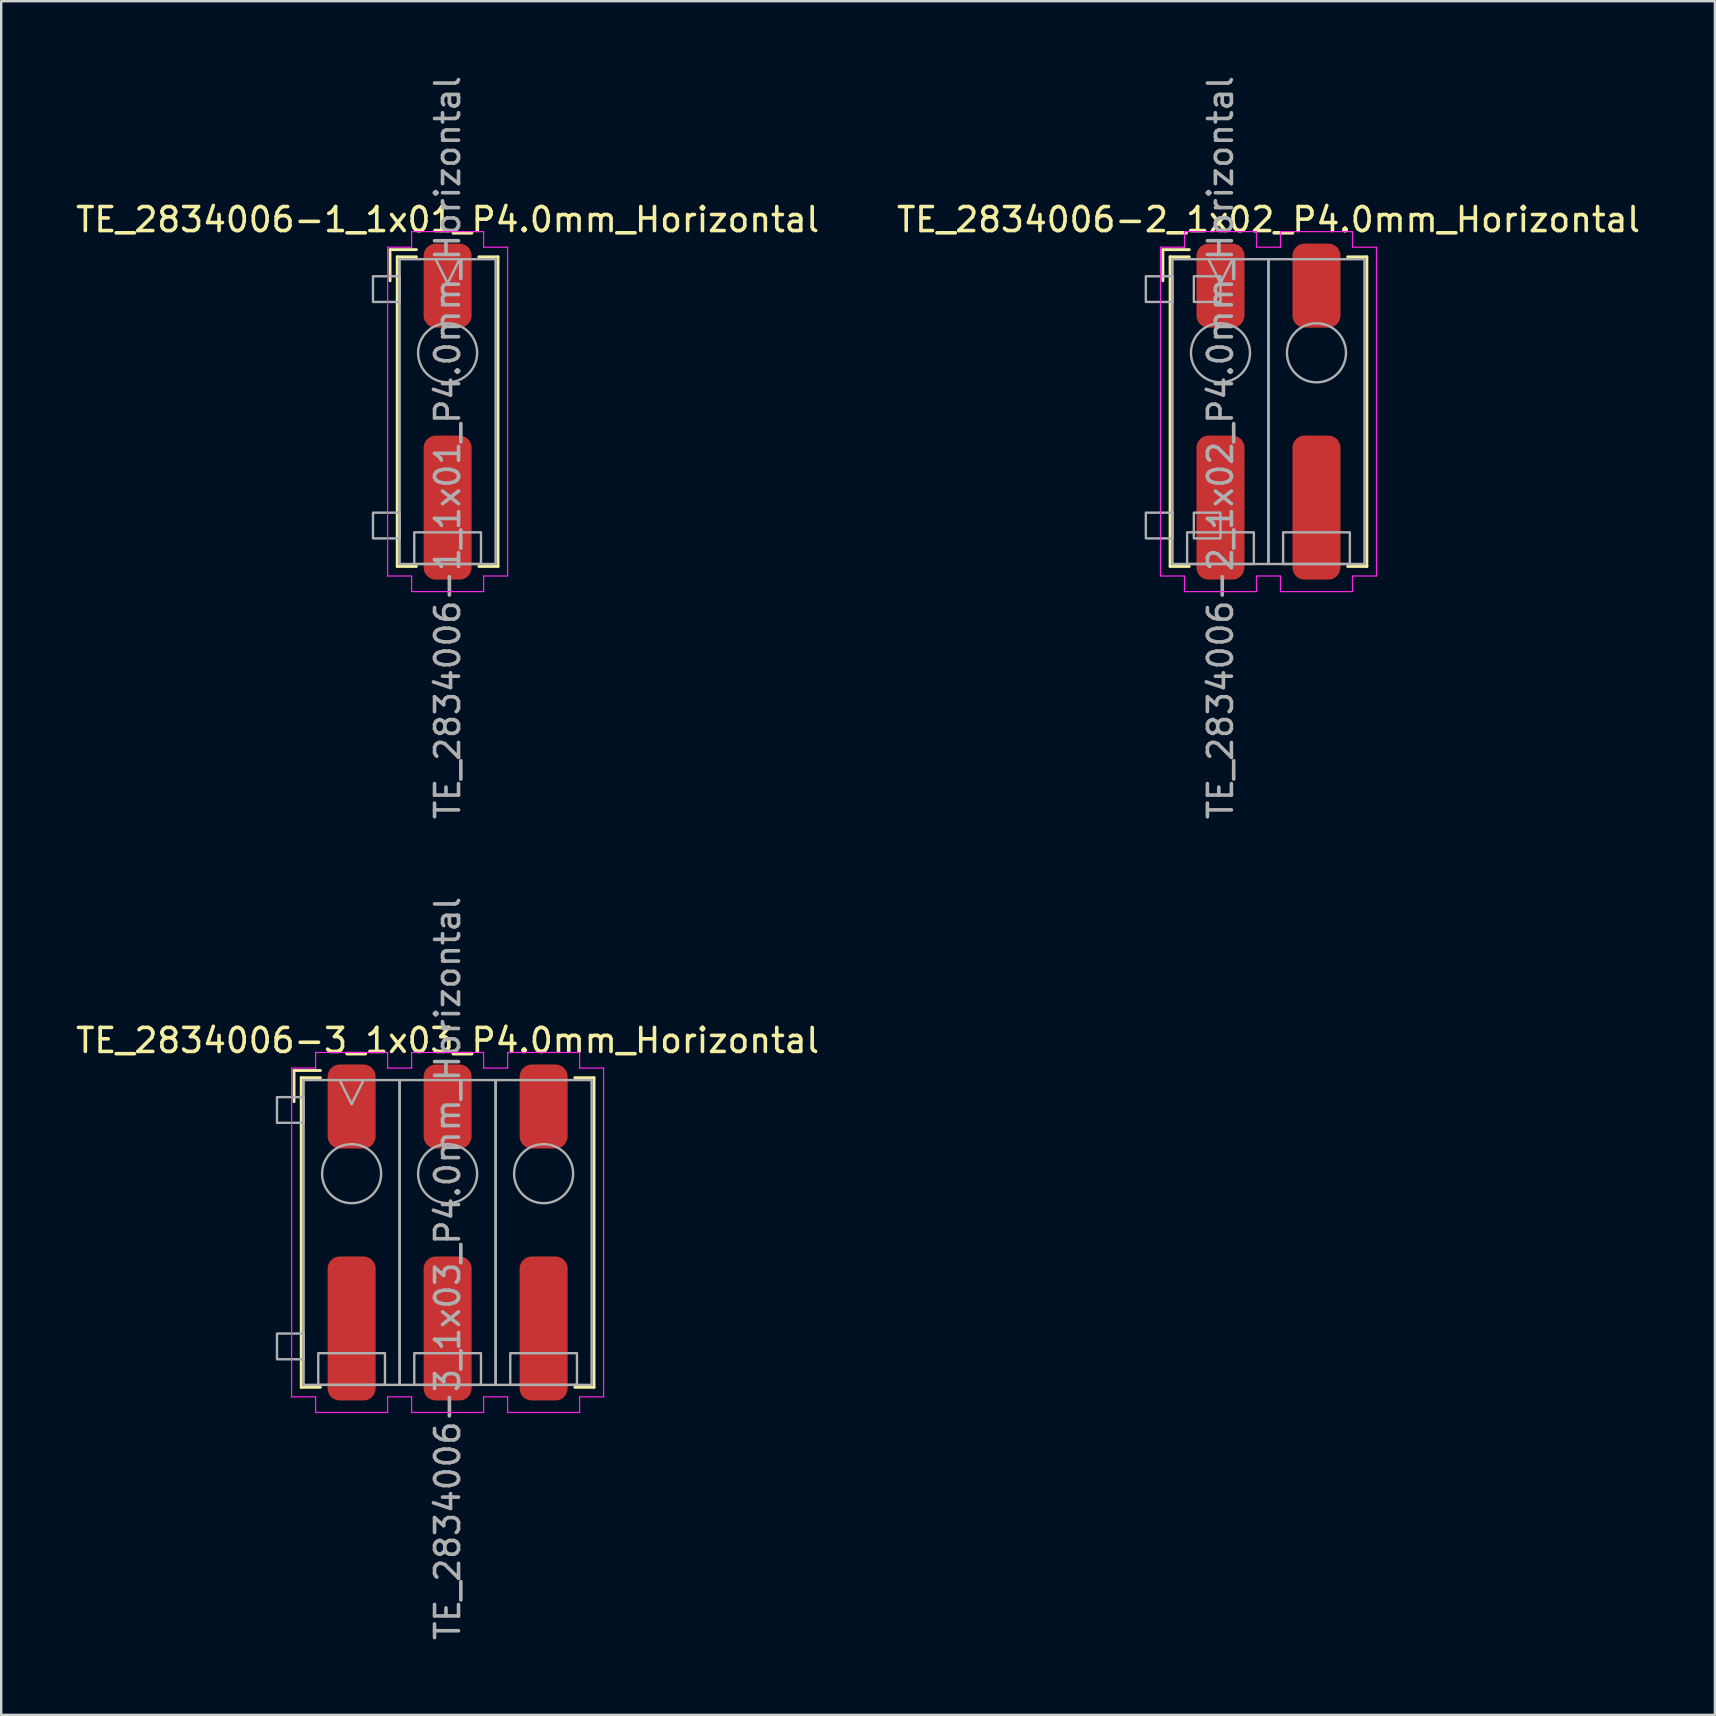
<source format=kicad_pcb>
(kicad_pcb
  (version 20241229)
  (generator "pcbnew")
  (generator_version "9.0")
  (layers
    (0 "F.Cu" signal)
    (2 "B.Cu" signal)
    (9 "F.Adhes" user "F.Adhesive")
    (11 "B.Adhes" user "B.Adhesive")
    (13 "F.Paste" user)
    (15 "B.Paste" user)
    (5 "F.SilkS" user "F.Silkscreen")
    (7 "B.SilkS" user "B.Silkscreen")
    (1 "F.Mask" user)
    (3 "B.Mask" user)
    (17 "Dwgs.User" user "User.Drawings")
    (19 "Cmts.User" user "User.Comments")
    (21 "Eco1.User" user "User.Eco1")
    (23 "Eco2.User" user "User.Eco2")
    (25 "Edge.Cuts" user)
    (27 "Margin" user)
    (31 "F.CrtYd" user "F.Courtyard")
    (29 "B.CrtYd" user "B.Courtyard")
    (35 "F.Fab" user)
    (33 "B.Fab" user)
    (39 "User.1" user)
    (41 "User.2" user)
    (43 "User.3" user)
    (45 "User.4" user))
  (footprint "TE_2834006-1_1x01_P4.0mm_Horizontal"
    (layer "F.Cu")
    (at 15.601 14.101)
    (property "Reference" "TE_2834006-1_1x01_P4.0mm_Horizontal" (at 0 -8 0) (unlocked yes) (layer "F.SilkS") (effects (font (size 1 1) (thickness 0.15))))
    (attr smd)
    (fp_line (start -2.4 -6.75) (end -2.4 -5.45) (stroke (width 0.12) (type solid)) (layer "F.SilkS"))
    (fp_line (start -2.1 -6.45) (end -1.3 -6.45) (stroke (width 0.12) (type solid)) (layer "F.SilkS"))
    (fp_line (start -2.1 6.45) (end -2.1 -6.45) (stroke (width 0.12) (type solid)) (layer "F.SilkS"))
    (fp_line (start -2.1 6.45) (end -1.3 6.45) (stroke (width 0.12) (type solid)) (layer "F.SilkS"))
    (fp_line (start -1.3 -6.75) (end -2.4 -6.75) (stroke (width 0.12) (type solid)) (layer "F.SilkS"))
    (fp_line (start 2.1 -6.45) (end 1.3 -6.45) (stroke (width 0.12) (type solid)) (layer "F.SilkS"))
    (fp_line (start 2.1 -6.45) (end 2.1 6.45) (stroke (width 0.12) (type solid)) (layer "F.SilkS"))
    (fp_line (start 2.1 6.45) (end 1.3 6.45) (stroke (width 0.12) (type solid)) (layer "F.SilkS"))
    (fp_line (start -2.5 -6.85) (end -2.5 6.85) (stroke (width 0.05) (type solid)) (layer "F.CrtYd"))
    (fp_line (start -2.5 -6.85) (end -1.5 -6.85) (stroke (width 0.05) (type solid)) (layer "F.CrtYd"))
    (fp_line (start -1.5 -7.5) (end 1.5 -7.5) (stroke (width 0.05) (type solid)) (layer "F.CrtYd"))
    (fp_line (start -1.5 -6.85) (end -1.5 -7.5) (stroke (width 0.05) (type solid)) (layer "F.CrtYd"))
    (fp_line (start -1.5 6.85) (end -2.5 6.85) (stroke (width 0.05) (type solid)) (layer "F.CrtYd"))
    (fp_line (start -1.5 7.5) (end -1.5 6.85) (stroke (width 0.05) (type solid)) (layer "F.CrtYd"))
    (fp_line (start 1.5 -7.5) (end 1.5 -6.85) (stroke (width 0.05) (type solid)) (layer "F.CrtYd"))
    (fp_line (start 1.5 -6.85) (end 2.5 -6.85) (stroke (width 0.05) (type solid)) (layer "F.CrtYd"))
    (fp_line (start 1.5 6.85) (end 1.5 7.5) (stroke (width 0.05) (type solid)) (layer "F.CrtYd"))
    (fp_line (start 1.5 7.5) (end -1.5 7.5) (stroke (width 0.05) (type solid)) (layer "F.CrtYd"))
    (fp_line (start 2.5 -6.85) (end 2.5 6.85) (stroke (width 0.05) (type solid)) (layer "F.CrtYd"))
    (fp_line (start 2.5 6.85) (end 1.5 6.85) (stroke (width 0.05) (type solid)) (layer "F.CrtYd"))
    (fp_line (start 0 -5.35) (end -0.5 -6.35) (stroke (width 0.1) (type solid)) (layer "F.Fab"))
    (fp_line (start 0.5 -6.35) (end 0 -5.35) (stroke (width 0.1) (type solid)) (layer "F.Fab"))
    (fp_rect (start -3.11 -5.64) (end -2 -4.569) (stroke (width 0.1) (type solid)) (fill no) (layer "F.Fab"))
    (fp_rect (start -3.11 4.21) (end -2 5.282) (stroke (width 0.1) (type solid)) (fill no) (layer "F.Fab"))
    (fp_rect (start -2 -6.35) (end 2 6.35) (stroke (width 0.1) (type solid)) (fill no) (layer "F.Fab"))
    (fp_rect (start -1.39 5.03) (end 1.39 6.35) (stroke (width 0.1) (type solid)) (fill no) (layer "F.Fab"))
    (fp_circle (center 0 -2.45) (end 1.23 -2.45) (stroke (width 0.1) (type solid)) (fill no) (layer "F.Fab"))
    (fp_text user "${REFERENCE}" (at 0 1.5 90) (unlocked yes) (layer "F.Fab") (effects (font (size 1 1) (thickness 0.15))))
    (pad "1" smd roundrect (at 0 -5.25) (size 2 3.5) (layers "F.Cu" "F.Mask" "F.Paste") (roundrect_rratio 0.25))
    (pad "1" smd roundrect (at 0 4) (size 2 6) (layers "F.Cu" "F.Mask" "F.Paste") (roundrect_rratio 0.25)))
  (footprint "TE_2834006-3_1x03_P4.0mm_Horizontal"
    (layer "F.Cu")
    (at 15.601 48.304)
    (property "Reference" "TE_2834006-3_1x03_P4.0mm_Horizontal" (at 0 -8 0) (unlocked yes) (layer "F.SilkS") (effects (font (size 1 1) (thickness 0.15))))
    (attr smd)
    (fp_line (start -6.4 -6.75) (end -6.4 -5.45) (stroke (width 0.12) (type solid)) (layer "F.SilkS"))
    (fp_line (start -6.1 -6.45) (end -5.3 -6.45) (stroke (width 0.12) (type solid)) (layer "F.SilkS"))
    (fp_line (start -6.1 6.45) (end -6.1 -6.45) (stroke (width 0.12) (type solid)) (layer "F.SilkS"))
    (fp_line (start -6.1 6.45) (end -5.3 6.45) (stroke (width 0.12) (type solid)) (layer "F.SilkS"))
    (fp_line (start -5.3 -6.75) (end -6.4 -6.75) (stroke (width 0.12) (type solid)) (layer "F.SilkS"))
    (fp_line (start 6.1 -6.45) (end 5.3 -6.45) (stroke (width 0.12) (type solid)) (layer "F.SilkS"))
    (fp_line (start 6.1 -6.45) (end 6.1 6.45) (stroke (width 0.12) (type solid)) (layer "F.SilkS"))
    (fp_line (start 6.1 6.45) (end 5.3 6.45) (stroke (width 0.12) (type solid)) (layer "F.SilkS"))
    (fp_line (start -6.5 -6.85) (end -6.5 6.85) (stroke (width 0.05) (type solid)) (layer "F.CrtYd"))
    (fp_line (start -6.5 -6.85) (end -5.5 -6.85) (stroke (width 0.05) (type solid)) (layer "F.CrtYd"))
    (fp_line (start -5.5 -7.5) (end -2.5 -7.5) (stroke (width 0.05) (type solid)) (layer "F.CrtYd"))
    (fp_line (start -5.5 -6.85) (end -5.5 -7.5) (stroke (width 0.05) (type solid)) (layer "F.CrtYd"))
    (fp_line (start -5.5 6.85) (end -6.5 6.85) (stroke (width 0.05) (type solid)) (layer "F.CrtYd"))
    (fp_line (start -5.5 7.5) (end -5.5 6.85) (stroke (width 0.05) (type solid)) (layer "F.CrtYd"))
    (fp_line (start -2.5 -7.5) (end -2.5 -6.85) (stroke (width 0.05) (type solid)) (layer "F.CrtYd"))
    (fp_line (start -2.5 -6.85) (end -1.5 -6.85) (stroke (width 0.05) (type solid)) (layer "F.CrtYd"))
    (fp_line (start -2.5 6.85) (end -2.5 7.5) (stroke (width 0.05) (type solid)) (layer "F.CrtYd"))
    (fp_line (start -2.5 7.5) (end -5.5 7.5) (stroke (width 0.05) (type solid)) (layer "F.CrtYd"))
    (fp_line (start -1.5 -7.5) (end 1.5 -7.5) (stroke (width 0.05) (type solid)) (layer "F.CrtYd"))
    (fp_line (start -1.5 -6.85) (end -1.5 -7.5) (stroke (width 0.05) (type solid)) (layer "F.CrtYd"))
    (fp_line (start -1.5 6.85) (end -2.5 6.85) (stroke (width 0.05) (type solid)) (layer "F.CrtYd"))
    (fp_line (start -1.5 7.5) (end -1.5 6.85) (stroke (width 0.05) (type solid)) (layer "F.CrtYd"))
    (fp_line (start 1.5 -7.5) (end 1.5 -6.85) (stroke (width 0.05) (type solid)) (layer "F.CrtYd"))
    (fp_line (start 1.5 -6.85) (end 2.5 -6.85) (stroke (width 0.05) (type solid)) (layer "F.CrtYd"))
    (fp_line (start 1.5 6.85) (end 1.5 7.5) (stroke (width 0.05) (type solid)) (layer "F.CrtYd"))
    (fp_line (start 1.5 7.5) (end -1.5 7.5) (stroke (width 0.05) (type solid)) (layer "F.CrtYd"))
    (fp_line (start 2.5 -7.5) (end 5.5 -7.5) (stroke (width 0.05) (type solid)) (layer "F.CrtYd"))
    (fp_line (start 2.5 -6.85) (end 2.5 -7.5) (stroke (width 0.05) (type solid)) (layer "F.CrtYd"))
    (fp_line (start 2.5 6.85) (end 1.5 6.85) (stroke (width 0.05) (type solid)) (layer "F.CrtYd"))
    (fp_line (start 2.5 7.5) (end 2.5 6.85) (stroke (width 0.05) (type solid)) (layer "F.CrtYd"))
    (fp_line (start 5.5 -7.5) (end 5.5 -6.85) (stroke (width 0.05) (type solid)) (layer "F.CrtYd"))
    (fp_line (start 5.5 -6.85) (end 6.5 -6.85) (stroke (width 0.05) (type solid)) (layer "F.CrtYd"))
    (fp_line (start 5.5 6.85) (end 5.5 7.5) (stroke (width 0.05) (type solid)) (layer "F.CrtYd"))
    (fp_line (start 5.5 7.5) (end 2.5 7.5) (stroke (width 0.05) (type solid)) (layer "F.CrtYd"))
    (fp_line (start 6.5 -6.85) (end 6.5 6.85) (stroke (width 0.05) (type solid)) (layer "F.CrtYd"))
    (fp_line (start 6.5 6.85) (end 5.5 6.85) (stroke (width 0.05) (type solid)) (layer "F.CrtYd"))
    (fp_line (start -4 -5.35) (end -4.5 -6.35) (stroke (width 0.1) (type solid)) (layer "F.Fab"))
    (fp_line (start -3.5 -6.35) (end -4 -5.35) (stroke (width 0.1) (type solid)) (layer "F.Fab"))
    (fp_rect (start -7.11 -5.64) (end -6 -4.569) (stroke (width 0.1) (type solid)) (fill no) (layer "F.Fab"))
    (fp_rect (start -7.11 4.21) (end -6 5.282) (stroke (width 0.1) (type solid)) (fill no) (layer "F.Fab"))
    (fp_rect (start -6 -6.35) (end -2 6.35) (stroke (width 0.1) (type solid)) (fill no) (layer "F.Fab"))
    (fp_rect (start -5.39 5.03) (end -2.61 6.35) (stroke (width 0.1) (type solid)) (fill no) (layer "F.Fab"))
    (fp_rect (start -2 -6.35) (end 2 6.35) (stroke (width 0.1) (type solid)) (fill no) (layer "F.Fab"))
    (fp_rect (start -1.39 5.03) (end 1.39 6.35) (stroke (width 0.1) (type solid)) (fill no) (layer "F.Fab"))
    (fp_rect (start 2 -6.35) (end 6 6.35) (stroke (width 0.1) (type solid)) (fill no) (layer "F.Fab"))
    (fp_rect (start 2.61 5.03) (end 5.39 6.35) (stroke (width 0.1) (type solid)) (fill no) (layer "F.Fab"))
    (fp_circle (center -4 -2.45) (end -2.77 -2.45) (stroke (width 0.1) (type solid)) (fill no) (layer "F.Fab"))
    (fp_circle (center 0 -2.45) (end 1.23 -2.45) (stroke (width 0.1) (type solid)) (fill no) (layer "F.Fab"))
    (fp_circle (center 4 -2.45) (end 5.23 -2.45) (stroke (width 0.1) (type solid)) (fill no) (layer "F.Fab"))
    (fp_text user "${REFERENCE}" (at 0 1.5 90) (unlocked yes) (layer "F.Fab") (effects (font (size 1 1) (thickness 0.15))))
    (pad "1" smd roundrect (at -4 -5.25) (size 2 3.5) (layers "F.Cu" "F.Mask" "F.Paste") (roundrect_rratio 0.25))
    (pad "1" smd roundrect (at -4 4) (size 2 6) (layers "F.Cu" "F.Mask" "F.Paste") (roundrect_rratio 0.25))
    (pad "2" smd roundrect (at 0 -5.25) (size 2 3.5) (layers "F.Cu" "F.Mask" "F.Paste") (roundrect_rratio 0.25))
    (pad "2" smd roundrect (at 0 4) (size 2 6) (layers "F.Cu" "F.Mask" "F.Paste") (roundrect_rratio 0.25))
    (pad "3" smd roundrect (at 4 -5.25) (size 2 3.5) (layers "F.Cu" "F.Mask" "F.Paste") (roundrect_rratio 0.25))
    (pad "3" smd roundrect (at 4 4) (size 2 6) (layers "F.Cu" "F.Mask" "F.Paste") (roundrect_rratio 0.25)))
  (footprint "TE_2834006-2_1x02_P4.0mm_Horizontal"
    (layer "F.Cu")
    (at 49.804 14.101)
    (property "Reference" "TE_2834006-2_1x02_P4.0mm_Horizontal" (at 0 -8 0) (unlocked yes) (layer "F.SilkS") (effects (font (size 1 1) (thickness 0.15))))
    (attr smd)
    (fp_line (start -4.4 -6.75) (end -4.4 -5.45) (stroke (width 0.12) (type solid)) (layer "F.SilkS"))
    (fp_line (start -4.1 -6.45) (end -3.3 -6.45) (stroke (width 0.12) (type solid)) (layer "F.SilkS"))
    (fp_line (start -4.1 6.45) (end -4.1 -6.45) (stroke (width 0.12) (type solid)) (layer "F.SilkS"))
    (fp_line (start -4.1 6.45) (end -3.3 6.45) (stroke (width 0.12) (type solid)) (layer "F.SilkS"))
    (fp_line (start -3.3 -6.75) (end -4.4 -6.75) (stroke (width 0.12) (type solid)) (layer "F.SilkS"))
    (fp_line (start 4.1 -6.45) (end 3.3 -6.45) (stroke (width 0.12) (type solid)) (layer "F.SilkS"))
    (fp_line (start 4.1 -6.45) (end 4.1 6.45) (stroke (width 0.12) (type solid)) (layer "F.SilkS"))
    (fp_line (start 4.1 6.45) (end 3.3 6.45) (stroke (width 0.12) (type solid)) (layer "F.SilkS"))
    (fp_line (start -4.5 -6.85) (end -4.5 6.85) (stroke (width 0.05) (type solid)) (layer "F.CrtYd"))
    (fp_line (start -4.5 -6.85) (end -3.5 -6.85) (stroke (width 0.05) (type solid)) (layer "F.CrtYd"))
    (fp_line (start -3.5 -7.5) (end -0.5 -7.5) (stroke (width 0.05) (type solid)) (layer "F.CrtYd"))
    (fp_line (start -3.5 -6.85) (end -3.5 -7.5) (stroke (width 0.05) (type solid)) (layer "F.CrtYd"))
    (fp_line (start -3.5 6.85) (end -4.5 6.85) (stroke (width 0.05) (type solid)) (layer "F.CrtYd"))
    (fp_line (start -3.5 7.5) (end -3.5 6.85) (stroke (width 0.05) (type solid)) (layer "F.CrtYd"))
    (fp_line (start -0.5 -7.5) (end -0.5 -6.85) (stroke (width 0.05) (type solid)) (layer "F.CrtYd"))
    (fp_line (start -0.5 -6.85) (end 0.5 -6.85) (stroke (width 0.05) (type solid)) (layer "F.CrtYd"))
    (fp_line (start -0.5 6.85) (end -0.5 7.5) (stroke (width 0.05) (type solid)) (layer "F.CrtYd"))
    (fp_line (start -0.5 7.5) (end -3.5 7.5) (stroke (width 0.05) (type solid)) (layer "F.CrtYd"))
    (fp_line (start 0.5 -7.5) (end 3.5 -7.5) (stroke (width 0.05) (type solid)) (layer "F.CrtYd"))
    (fp_line (start 0.5 -6.85) (end 0.5 -7.5) (stroke (width 0.05) (type solid)) (layer "F.CrtYd"))
    (fp_line (start 0.5 6.85) (end -0.5 6.85) (stroke (width 0.05) (type solid)) (layer "F.CrtYd"))
    (fp_line (start 0.5 7.5) (end 0.5 6.85) (stroke (width 0.05) (type solid)) (layer "F.CrtYd"))
    (fp_line (start 3.5 -7.5) (end 3.5 -6.85) (stroke (width 0.05) (type solid)) (layer "F.CrtYd"))
    (fp_line (start 3.5 -6.85) (end 4.5 -6.85) (stroke (width 0.05) (type solid)) (layer "F.CrtYd"))
    (fp_line (start 3.5 6.85) (end 3.5 7.5) (stroke (width 0.05) (type solid)) (layer "F.CrtYd"))
    (fp_line (start 3.5 7.5) (end 0.5 7.5) (stroke (width 0.05) (type solid)) (layer "F.CrtYd"))
    (fp_line (start 4.5 -6.85) (end 4.5 6.85) (stroke (width 0.05) (type solid)) (layer "F.CrtYd"))
    (fp_line (start 4.5 6.85) (end 3.5 6.85) (stroke (width 0.05) (type solid)) (layer "F.CrtYd"))
    (fp_line (start -2 -5.35) (end -2.5 -6.35) (stroke (width 0.1) (type solid)) (layer "F.Fab"))
    (fp_line (start -1.5 -6.35) (end -2 -5.35) (stroke (width 0.1) (type solid)) (layer "F.Fab"))
    (fp_rect (start -5.11 -5.64) (end -4 -4.569) (stroke (width 0.1) (type solid)) (fill no) (layer "F.Fab"))
    (fp_rect (start -5.11 4.21) (end -4 5.282) (stroke (width 0.1) (type solid)) (fill no) (layer "F.Fab"))
    (fp_rect (start -4 -6.35) (end 0 6.35) (stroke (width 0.1) (type solid)) (fill no) (layer "F.Fab"))
    (fp_rect (start -3.39 5.03) (end -0.61 6.35) (stroke (width 0.1) (type solid)) (fill no) (layer "F.Fab"))
    (fp_rect (start -3.11 -5.64) (end -2 -4.569) (stroke (width 0.1) (type solid)) (fill no) (layer "F.Fab"))
    (fp_rect (start -3.11 4.21) (end -2 5.282) (stroke (width 0.1) (type solid)) (fill no) (layer "F.Fab"))
    (fp_rect (start 0 -6.35) (end 4 6.35) (stroke (width 0.1) (type solid)) (fill no) (layer "F.Fab"))
    (fp_rect (start 0.61 5.03) (end 3.39 6.35) (stroke (width 0.1) (type solid)) (fill no) (layer "F.Fab"))
    (fp_circle (center -2 -2.45) (end -0.77 -2.45) (stroke (width 0.1) (type solid)) (fill no) (layer "F.Fab"))
    (fp_circle (center 2 -2.45) (end 3.23 -2.45) (stroke (width 0.1) (type solid)) (fill no) (layer "F.Fab"))
    (fp_text user "${REFERENCE}" (at -2 1.5 90) (unlocked yes) (layer "F.Fab") (effects (font (size 1 1) (thickness 0.15))))
    (pad "1" smd roundrect (at -2 -5.25) (size 2 3.5) (layers "F.Cu" "F.Mask" "F.Paste") (roundrect_rratio 0.25))
    (pad "1" smd roundrect (at -2 4) (size 2 6) (layers "F.Cu" "F.Mask" "F.Paste") (roundrect_rratio 0.25))
    (pad "2" smd roundrect (at 2 -5.25) (size 2 3.5) (layers "F.Cu" "F.Mask" "F.Paste") (roundrect_rratio 0.25))
    (pad "2" smd roundrect (at 2 4) (size 2 6) (layers "F.Cu" "F.Mask" "F.Paste") (roundrect_rratio 0.25)))
  (gr_rect
    (start -3 -3)
    (end 68.405 68.405)
    (stroke (width 0.1) (type default))
    (fill no)
    (layer "Edge.Cuts")))
</source>
